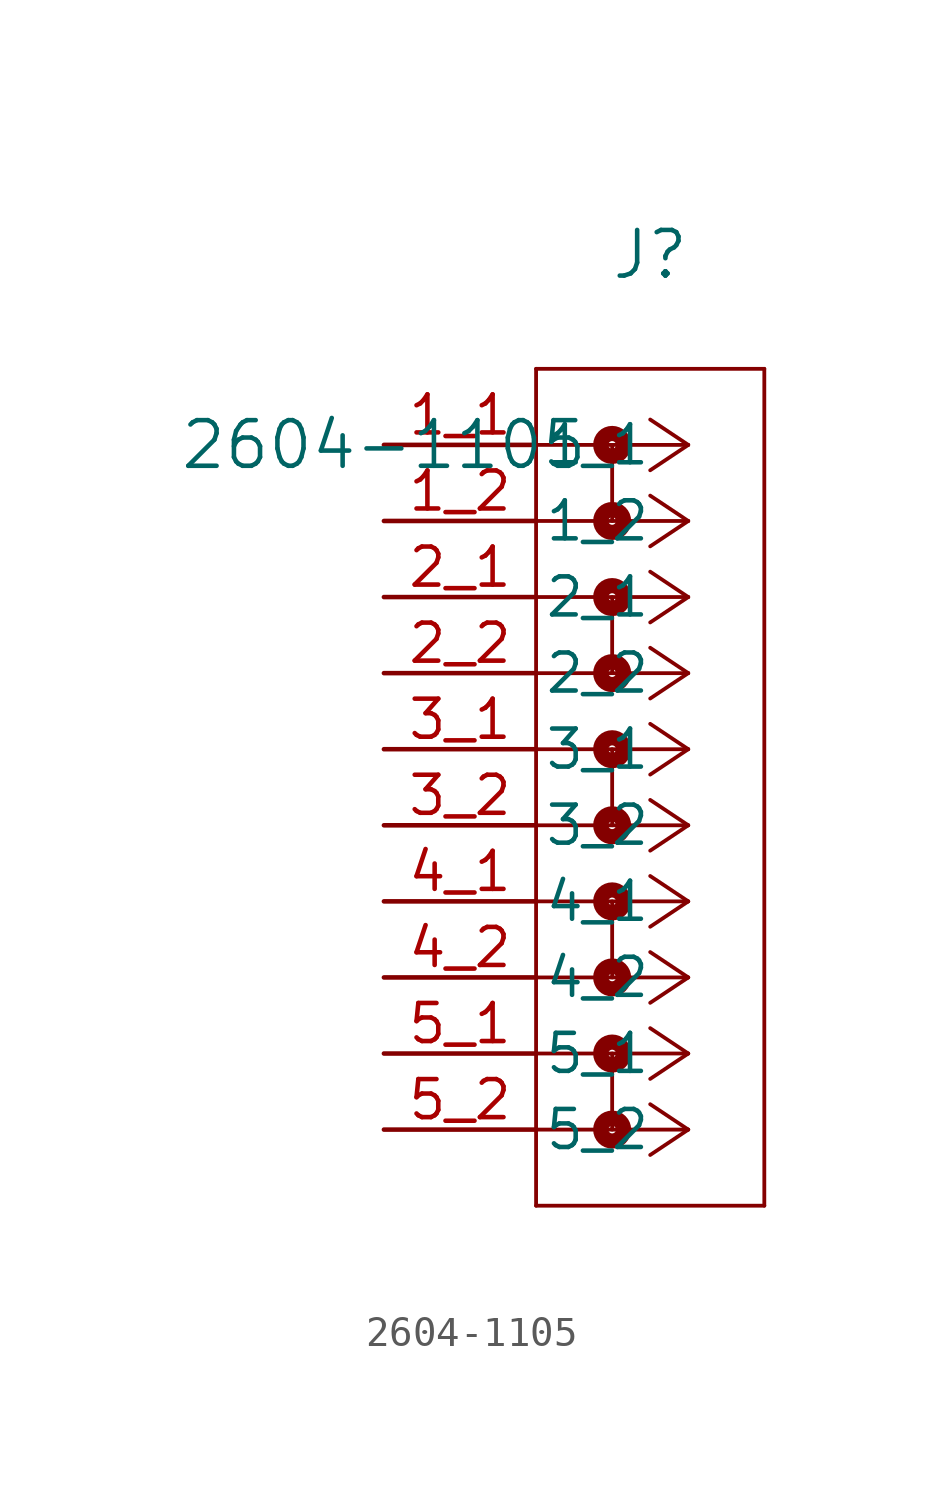
<source format=kicad_sym>
(kicad_symbol_lib
  (version 20211014)
  (generator kicad_symbol_editor)
  (symbol "2604-1105"
    (pin_names
      (offset 0.254))
    (property "Reference" "J"
      (at 8.89 6.35 0)
      (effects (font (size 1.524 1.524))))
    (property "Value" "2604-1105"
      (at 0 0 0)
      (effects (font (size 1.524 1.524))))
    (symbol "2604-1105_0_1"
      (polyline (pts (xy 10.16 0) (xy 5.08 0)) (stroke (width 0.127) (type default) (color 0 0 0 0)) (fill (type none)))
      (polyline (pts (xy 10.16 -2.54) (xy 5.08 -2.54)) (stroke (width 0.127) (type default) (color 0 0 0 0)) (fill (type none)))
      (polyline (pts (xy 10.16 -5.08) (xy 5.08 -5.08)) (stroke (width 0.127) (type default) (color 0 0 0 0)) (fill (type none)))
      (polyline (pts (xy 10.16 -7.62) (xy 5.08 -7.62)) (stroke (width 0.127) (type default) (color 0 0 0 0)) (fill (type none)))
      (polyline (pts (xy 10.16 -10.16) (xy 5.08 -10.16)) (stroke (width 0.127) (type default) (color 0 0 0 0)) (fill (type none)))
      (polyline (pts (xy 10.16 -12.7) (xy 5.08 -12.7)) (stroke (width 0.127) (type default) (color 0 0 0 0)) (fill (type none)))
      (polyline (pts (xy 10.16 -15.24) (xy 5.08 -15.24)) (stroke (width 0.127) (type default) (color 0 0 0 0)) (fill (type none)))
      (polyline (pts (xy 10.16 -17.78) (xy 5.08 -17.78)) (stroke (width 0.127) (type default) (color 0 0 0 0)) (fill (type none)))
      (polyline (pts (xy 10.16 -20.32) (xy 5.08 -20.32)) (stroke (width 0.127) (type default) (color 0 0 0 0)) (fill (type none)))
      (polyline (pts (xy 10.16 -22.86) (xy 5.08 -22.86)) (stroke (width 0.127) (type default) (color 0 0 0 0)) (fill (type none)))
      (polyline (pts (xy 10.16 0) (xy 8.89 0.847)) (stroke (width 0.127) (type default) (color 0 0 0 0)) (fill (type none)))
      (polyline (pts (xy 10.16 -2.54) (xy 8.89 -1.693)) (stroke (width 0.127) (type default) (color 0 0 0 0)) (fill (type none)))
      (polyline (pts (xy 10.16 -5.08) (xy 8.89 -4.233)) (stroke (width 0.127) (type default) (color 0 0 0 0)) (fill (type none)))
      (polyline (pts (xy 10.16 -7.62) (xy 8.89 -6.773)) (stroke (width 0.127) (type default) (color 0 0 0 0)) (fill (type none)))
      (polyline (pts (xy 10.16 -10.16) (xy 8.89 -9.313)) (stroke (width 0.127) (type default) (color 0 0 0 0)) (fill (type none)))
      (polyline (pts (xy 10.16 -12.7) (xy 8.89 -11.853)) (stroke (width 0.127) (type default) (color 0 0 0 0)) (fill (type none)))
      (polyline (pts (xy 10.16 -15.24) (xy 8.89 -14.393)) (stroke (width 0.127) (type default) (color 0 0 0 0)) (fill (type none)))
      (polyline (pts (xy 10.16 -17.78) (xy 8.89 -16.933)) (stroke (width 0.127) (type default) (color 0 0 0 0)) (fill (type none)))
      (polyline (pts (xy 10.16 -20.32) (xy 8.89 -19.473)) (stroke (width 0.127) (type default) (color 0 0 0 0)) (fill (type none)))
      (polyline (pts (xy 10.16 -22.86) (xy 8.89 -22.013)) (stroke (width 0.127) (type default) (color 0 0 0 0)) (fill (type none)))
      (polyline (pts (xy 10.16 0) (xy 8.89 -0.847)) (stroke (width 0.127) (type default) (color 0 0 0 0)) (fill (type none)))
      (polyline (pts (xy 10.16 -2.54) (xy 8.89 -3.387)) (stroke (width 0.127) (type default) (color 0 0 0 0)) (fill (type none)))
      (polyline (pts (xy 10.16 -5.08) (xy 8.89 -5.927)) (stroke (width 0.127) (type default) (color 0 0 0 0)) (fill (type none)))
      (polyline (pts (xy 10.16 -7.62) (xy 8.89 -8.467)) (stroke (width 0.127) (type default) (color 0 0 0 0)) (fill (type none)))
      (polyline (pts (xy 10.16 -10.16) (xy 8.89 -11.007)) (stroke (width 0.127) (type default) (color 0 0 0 0)) (fill (type none)))
      (polyline (pts (xy 10.16 -12.7) (xy 8.89 -13.547)) (stroke (width 0.127) (type default) (color 0 0 0 0)) (fill (type none)))
      (polyline (pts (xy 10.16 -15.24) (xy 8.89 -16.087)) (stroke (width 0.127) (type default) (color 0 0 0 0)) (fill (type none)))
      (polyline (pts (xy 10.16 -17.78) (xy 8.89 -18.627)) (stroke (width 0.127) (type default) (color 0 0 0 0)) (fill (type none)))
      (polyline (pts (xy 10.16 -20.32) (xy 8.89 -21.167)) (stroke (width 0.127) (type default) (color 0 0 0 0)) (fill (type none)))
      (polyline (pts (xy 10.16 -22.86) (xy 8.89 -23.707)) (stroke (width 0.127) (type default) (color 0 0 0 0)) (fill (type none)))
      (polyline (pts (xy 5.08 2.54) (xy 5.08 -25.4)) (stroke (width 0.127) (type default) (color 0 0 0 0)) (fill (type none)))
      (polyline (pts (xy 5.08 -25.4) (xy 12.7 -25.4)) (stroke (width 0.127) (type default) (color 0 0 0 0)) (fill (type none)))
      (polyline (pts (xy 12.7 -25.4) (xy 12.7 2.54)) (stroke (width 0.127) (type default) (color 0 0 0 0)) (fill (type none)))
      (polyline (pts (xy 12.7 2.54) (xy 5.08 2.54)) (stroke (width 0.127) (type default) (color 0 0 0 0)) (fill (type none)))
      (circle (center 7.62 0) (radius 0.127) (stroke (width 0.508) (type default) (color 0 0 0 0)) (fill (type none)))
      (polyline (pts (xy 7.62 0) (xy 7.62 -2.54)) (stroke (width 0.127) (type default) (color 0 0 0 0)) (fill (type none)))
      (circle (center 7.62 -2.54) (radius 0.127) (stroke (width 0.508) (type default) (color 0 0 0 0)) (fill (type none)))
      (circle (center 7.62 -5.08) (radius 0.127) (stroke (width 0.508) (type default) (color 0 0 0 0)) (fill (type none)))
      (polyline (pts (xy 7.62 -5.08) (xy 7.62 -7.62)) (stroke (width 0.127) (type default) (color 0 0 0 0)) (fill (type none)))
      (circle (center 7.62 -7.62) (radius 0.127) (stroke (width 0.508) (type default) (color 0 0 0 0)) (fill (type none)))
      (circle (center 7.62 -10.16) (radius 0.127) (stroke (width 0.508) (type default) (color 0 0 0 0)) (fill (type none)))
      (polyline (pts (xy 7.62 -10.16) (xy 7.62 -12.7)) (stroke (width 0.127) (type default) (color 0 0 0 0)) (fill (type none)))
      (circle (center 7.62 -12.7) (radius 0.127) (stroke (width 0.508) (type default) (color 0 0 0 0)) (fill (type none)))
      (circle (center 7.62 -15.24) (radius 0.127) (stroke (width 0.508) (type default) (color 0 0 0 0)) (fill (type none)))
      (polyline (pts (xy 7.62 -15.24) (xy 7.62 -17.78)) (stroke (width 0.127) (type default) (color 0 0 0 0)) (fill (type none)))
      (circle (center 7.62 -17.78) (radius 0.127) (stroke (width 0.508) (type default) (color 0 0 0 0)) (fill (type none)))
      (circle (center 7.62 -20.32) (radius 0.127) (stroke (width 0.508) (type default) (color 0 0 0 0)) (fill (type none)))
      (polyline (pts (xy 7.62 -20.32) (xy 7.62 -22.86)) (stroke (width 0.127) (type default) (color 0 0 0 0)) (fill (type none)))
      (circle (center 7.62 -22.86) (radius 0.127) (stroke (width 0.508) (type default) (color 0 0 0 0)) (fill (type none)))
      (pin unspecified line (at 0 0 0) (length 5.08) (name "1_1" (effects (font (size 1.27 1.27)))) (number "1_1" (effects (font (size 1.27 1.27)))))
      (pin unspecified line (at 0 -2.54 0) (length 5.08) (name "1_2" (effects (font (size 1.27 1.27)))) (number "1_2" (effects (font (size 1.27 1.27)))))
      (pin unspecified line (at 0 -5.08 0) (length 5.08) (name "2_1" (effects (font (size 1.27 1.27)))) (number "2_1" (effects (font (size 1.27 1.27)))))
      (pin unspecified line (at 0 -7.62 0) (length 5.08) (name "2_2" (effects (font (size 1.27 1.27)))) (number "2_2" (effects (font (size 1.27 1.27)))))
      (pin unspecified line (at 0 -10.16 0) (length 5.08) (name "3_1" (effects (font (size 1.27 1.27)))) (number "3_1" (effects (font (size 1.27 1.27)))))
      (pin unspecified line (at 0 -12.7 0) (length 5.08) (name "3_2" (effects (font (size 1.27 1.27)))) (number "3_2" (effects (font (size 1.27 1.27)))))
      (pin unspecified line (at 0 -15.24 0) (length 5.08) (name "4_1" (effects (font (size 1.27 1.27)))) (number "4_1" (effects (font (size 1.27 1.27)))))
      (pin unspecified line (at 0 -17.78 0) (length 5.08) (name "4_2" (effects (font (size 1.27 1.27)))) (number "4_2" (effects (font (size 1.27 1.27)))))
      (pin unspecified line (at 0 -20.32 0) (length 5.08) (name "5_1" (effects (font (size 1.27 1.27)))) (number "5_1" (effects (font (size 1.27 1.27)))))
      (pin unspecified line (at 0 -22.86 0) (length 5.08) (name "5_2" (effects (font (size 1.27 1.27)))) (number "5_2" (effects (font (size 1.27 1.27))))))))
</source>
